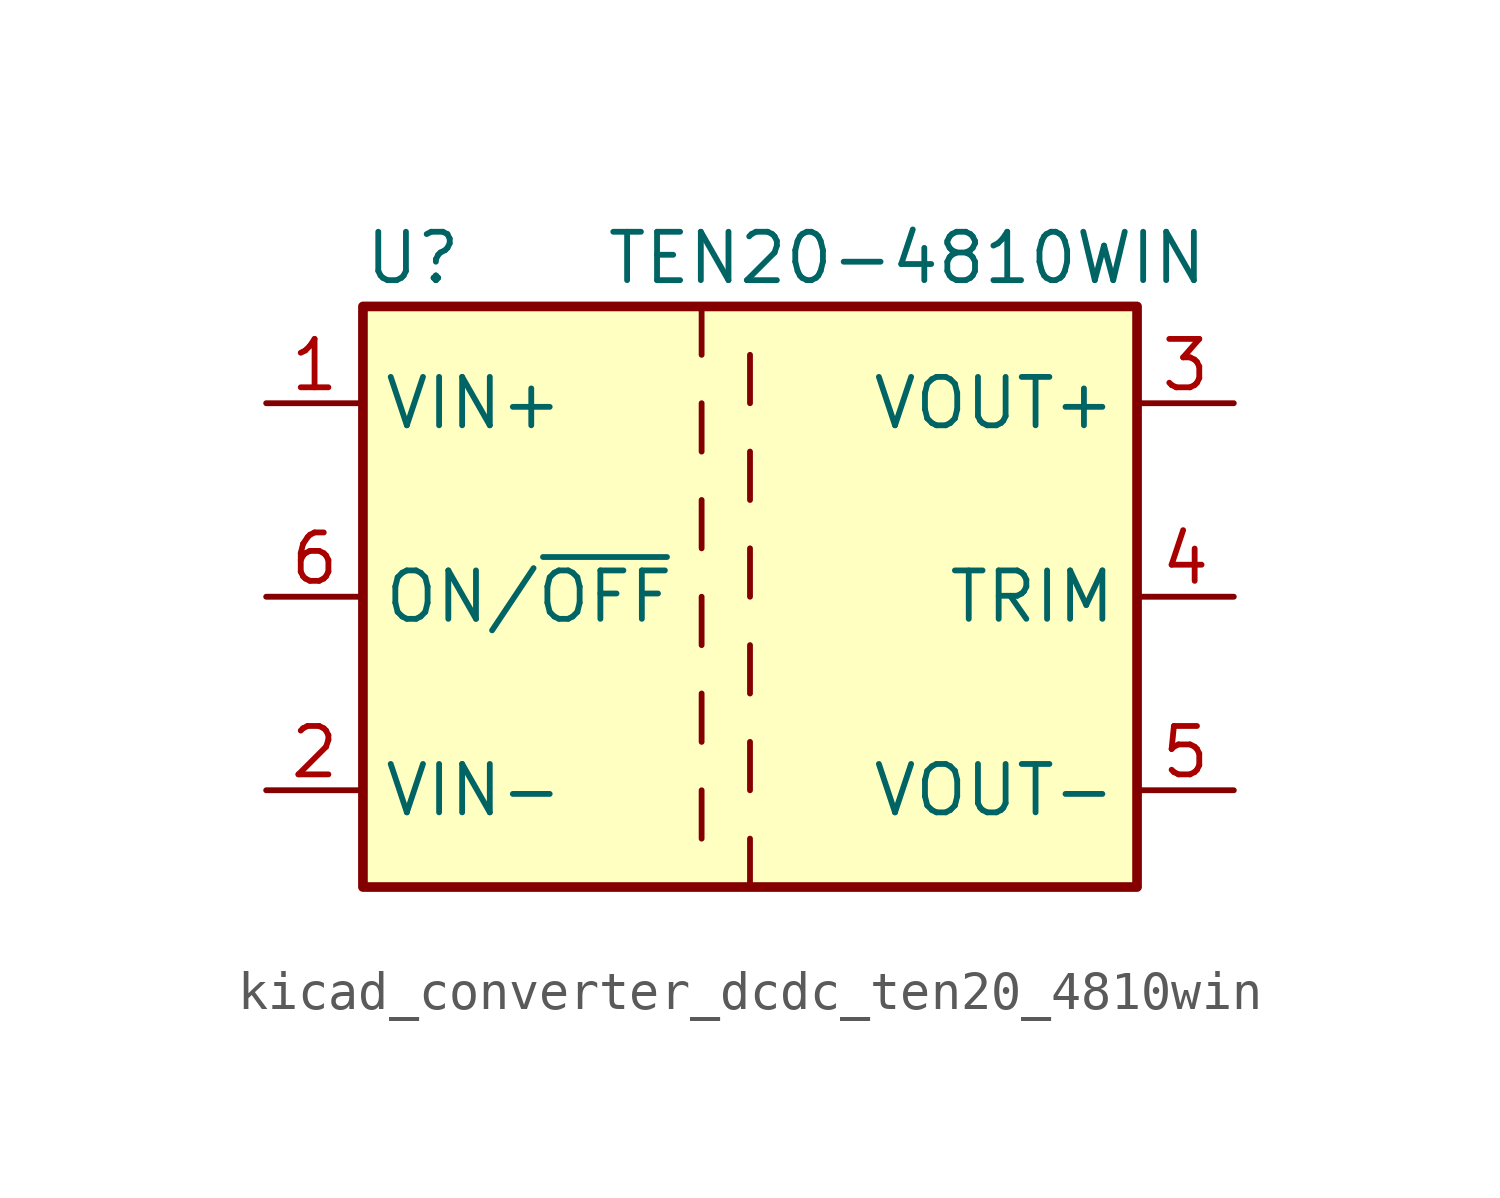
<source format=kicad_sym>
(kicad_symbol_lib
  (version 20220914)
  (generator kicad_symbol_editor)
  (symbol "kicad_converter_dcdc_ten20_4810win"
    (property "Reference" "U"
      (at -10.16 8.89 0)
      (effects (font (size 1.27 1.27)) (justify left)))
    (property "Value" "TEN20-4810WIN"
      (at -3.81 8.89 0)
      (effects (font (size 1.27 1.27)) (justify left)))
    (symbol "kicad_converter_dcdc_ten20_4810win_0_1"
      (rectangle (start -10.16 7.62) (end 10.16 -7.62) (stroke (width 0.254) (type default)) (fill (type background)))
      (polyline (pts (xy -1.27 -5.08) (xy -1.27 -6.35)) (stroke (width 0) (type default)) (fill (type none)))
      (polyline (pts (xy -1.27 -2.54) (xy -1.27 -3.81)) (stroke (width 0) (type default)) (fill (type none)))
      (polyline (pts (xy -1.27 0) (xy -1.27 -1.27)) (stroke (width 0) (type default)) (fill (type none)))
      (polyline (pts (xy -1.27 2.54) (xy -1.27 1.27)) (stroke (width 0) (type default)) (fill (type none)))
      (polyline (pts (xy -1.27 5.08) (xy -1.27 3.81)) (stroke (width 0) (type default)) (fill (type none)))
      (polyline (pts (xy -1.27 7.62) (xy -1.27 6.35)) (stroke (width 0) (type default)) (fill (type none)))
      (polyline (pts (xy 0 -7.62) (xy 0 -6.35)) (stroke (width 0) (type default)) (fill (type none)))
      (polyline (pts (xy 0 -5.08) (xy 0 -3.81)) (stroke (width 0) (type default)) (fill (type none)))
      (polyline (pts (xy 0 -1.27) (xy 0 -2.54)) (stroke (width 0) (type default)) (fill (type none)))
      (polyline (pts (xy 0 0) (xy 0 1.27)) (stroke (width 0) (type default)) (fill (type none)))
      (polyline (pts (xy 0 2.54) (xy 0 3.81)) (stroke (width 0) (type default)) (fill (type none)))
      (polyline (pts (xy 0 5.08) (xy 0 6.35)) (stroke (width 0) (type default)) (fill (type none))))
    (symbol "kicad_converter_dcdc_ten20_4810win_1_1"
      (pin power_in line (at -12.7 5.08 0) (length 2.54) (name "VIN+" (effects (font (size 1.27 1.27)))) (number "1" (effects (font (size 1.27 1.27)))))
      (pin power_in line (at -12.7 -5.08 0) (length 2.54) (name "VIN-" (effects (font (size 1.27 1.27)))) (number "2" (effects (font (size 1.27 1.27)))))
      (pin power_out line (at 12.7 5.08 180) (length 2.54) (name "VOUT+" (effects (font (size 1.27 1.27)))) (number "3" (effects (font (size 1.27 1.27)))))
      (pin passive line (at 12.7 0 180) (length 2.54) (name "TRIM" (effects (font (size 1.27 1.27)))) (number "4" (effects (font (size 1.27 1.27)))))
      (pin power_out line (at 12.7 -5.08 180) (length 2.54) (name "VOUT-" (effects (font (size 1.27 1.27)))) (number "5" (effects (font (size 1.27 1.27)))))
      (pin input line (at -12.7 0 0) (length 2.54) (name "ON/~{OFF}" (effects (font (size 1.27 1.27)))) (number "6" (effects (font (size 1.27 1.27))))))))
</source>
